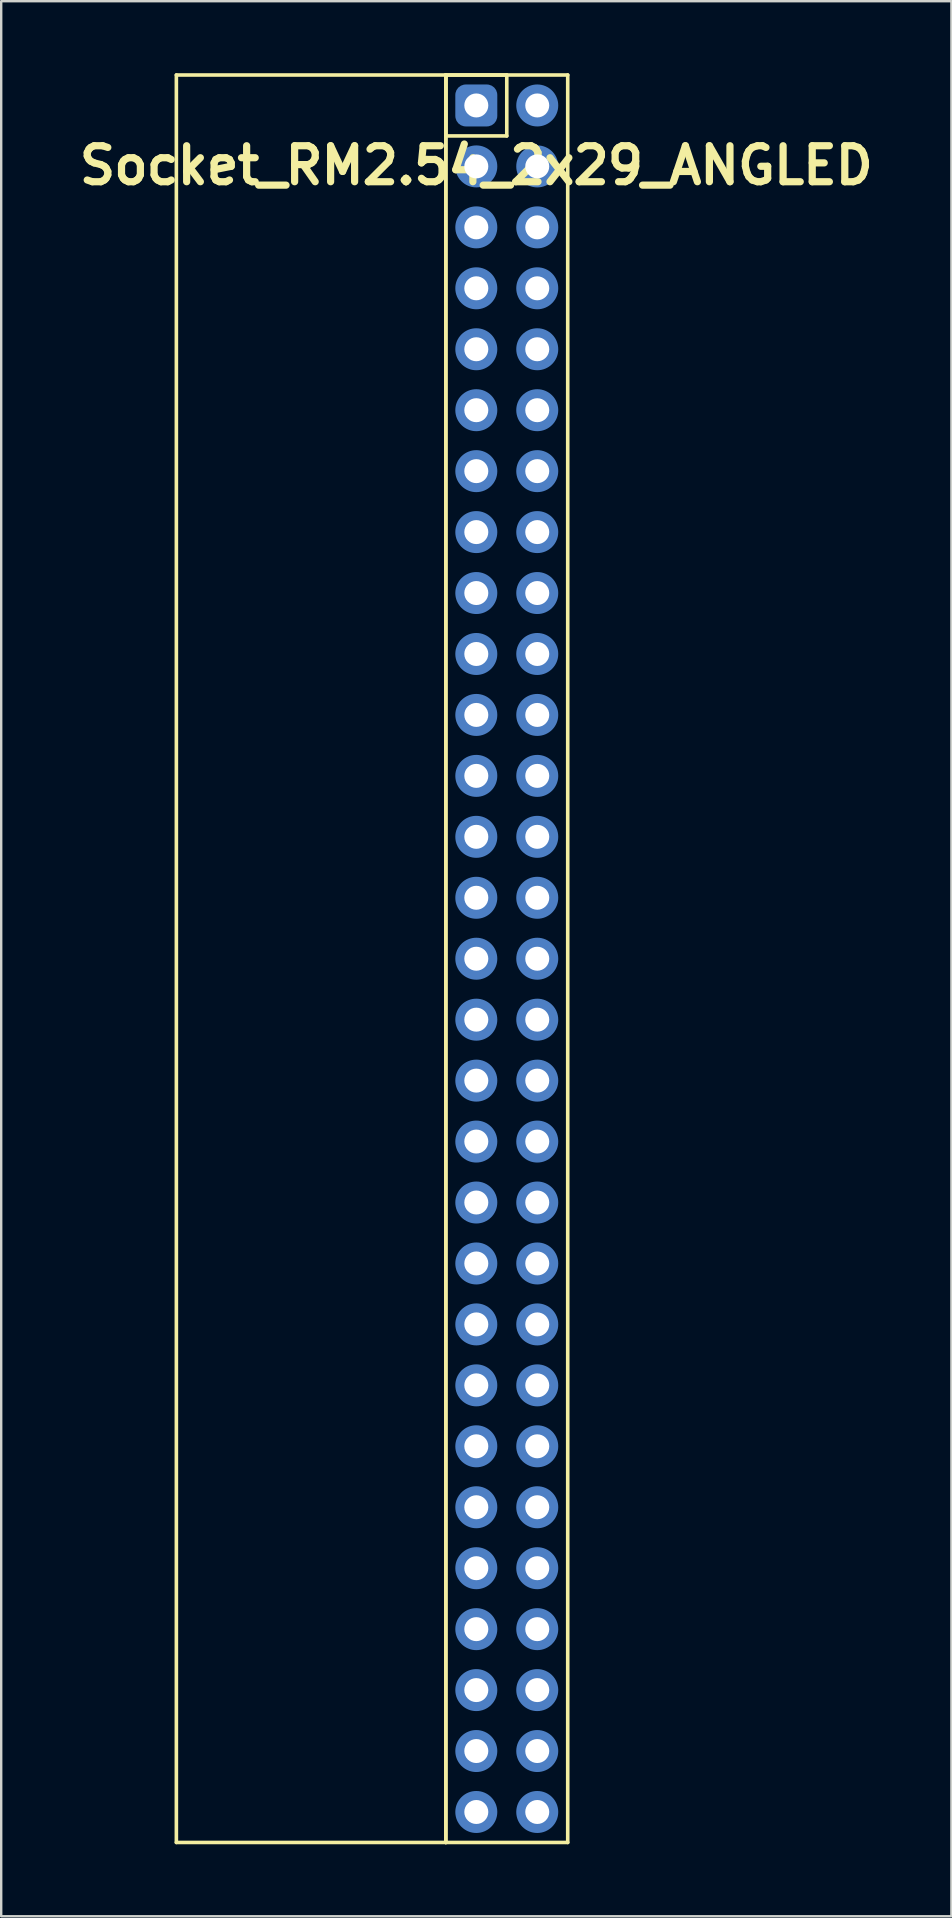
<source format=kicad_pcb>
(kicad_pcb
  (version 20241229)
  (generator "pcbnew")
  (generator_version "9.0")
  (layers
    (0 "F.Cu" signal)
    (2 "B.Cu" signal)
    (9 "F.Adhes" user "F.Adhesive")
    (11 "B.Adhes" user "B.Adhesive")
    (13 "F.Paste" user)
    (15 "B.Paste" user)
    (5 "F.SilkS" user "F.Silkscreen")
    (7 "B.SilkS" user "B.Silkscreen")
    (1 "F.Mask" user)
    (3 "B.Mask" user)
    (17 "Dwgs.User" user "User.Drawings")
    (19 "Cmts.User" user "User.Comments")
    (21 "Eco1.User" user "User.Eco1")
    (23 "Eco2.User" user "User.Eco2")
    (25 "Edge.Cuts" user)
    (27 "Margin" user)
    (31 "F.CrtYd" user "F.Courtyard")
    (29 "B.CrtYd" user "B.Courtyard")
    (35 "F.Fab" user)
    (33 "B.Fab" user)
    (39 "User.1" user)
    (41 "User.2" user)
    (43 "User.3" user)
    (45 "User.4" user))
  (footprint "Socket_RM2.54_2x29_ANGLED"
    (layer "F.Cu")
    (at 16.8 1.345)
    (property "Reference" "Socket_RM2.54_2x29_ANGLED" (at 0 2.5 0) (layer "F.SilkS") (effects (font (size 1.5 1.5) (thickness 0.3))))
    (attr through_hole)
    (fp_line (start -12.5 -1.27) (end -1.27 -1.27) (stroke (width 0.15) (type solid)) (layer "F.SilkS"))
    (fp_line (start -12.5 72.39) (end -12.5 -1.27) (stroke (width 0.15) (type solid)) (layer "F.SilkS"))
    (fp_line (start -1.27 -1.27) (end -1.27 72.39) (stroke (width 0.15) (type solid)) (layer "F.SilkS"))
    (fp_line (start -1.27 -1.27) (end 1.27 -1.27) (stroke (width 0.15) (type solid)) (layer "F.SilkS"))
    (fp_line (start -1.27 -1.27) (end 3.81 -1.27) (stroke (width 0.15) (type solid)) (layer "F.SilkS"))
    (fp_line (start -1.27 1.27) (end -1.27 -1.27) (stroke (width 0.15) (type solid)) (layer "F.SilkS"))
    (fp_line (start -1.27 72.39) (end -12.5 72.39) (stroke (width 0.15) (type solid)) (layer "F.SilkS"))
    (fp_line (start -1.27 72.39) (end -1.27 -1.27) (stroke (width 0.15) (type solid)) (layer "F.SilkS"))
    (fp_line (start 1.27 -1.27) (end 1.27 1.27) (stroke (width 0.15) (type solid)) (layer "F.SilkS"))
    (fp_line (start 1.27 1.27) (end -1.27 1.27) (stroke (width 0.15) (type solid)) (layer "F.SilkS"))
    (fp_line (start 3.81 -1.27) (end 3.81 72.39) (stroke (width 0.15) (type solid)) (layer "F.SilkS"))
    (fp_line (start 3.81 72.39) (end -1.27 72.39) (stroke (width 0.15) (type solid)) (layer "F.SilkS"))
    (pad "1" thru_hole circle (at 0 0) (size 1.3 1.3) (drill 1) (layers "*.Cu" "*.Mask"))
    (pad "1" smd roundrect (at 0 0) (size 1.5 1.5) (layers "F.Cu" "F.Mask") (roundrect_rratio 0.25))
    (pad "1" smd roundrect (at 0 0) (size 1.75 1.75) (layers "B.Cu" "B.Mask") (roundrect_rratio 0.25))
    (pad "2" thru_hole circle (at 2.54 0) (size 1.3 1.3) (drill 1) (layers "*.Cu" "*.Mask"))
    (pad "2" smd circle (at 2.54 0) (size 1.5 1.5) (layers "F.Cu" "F.Mask"))
    (pad "2" smd circle (at 2.54 0) (size 1.75 1.75) (layers "B.Cu" "B.Mask"))
    (pad "3" thru_hole circle (at 0 2.54) (size 1.3 1.3) (drill 1) (layers "*.Cu" "*.Mask"))
    (pad "3" smd circle (at 0 2.54) (size 1.5 1.5) (layers "F.Cu" "F.Mask"))
    (pad "3" smd circle (at 0 2.54) (size 1.75 1.75) (layers "B.Cu" "B.Mask"))
    (pad "4" thru_hole circle (at 2.54 2.54) (size 1.3 1.3) (drill 1) (layers "*.Cu" "*.Mask"))
    (pad "4" smd circle (at 2.54 2.54) (size 1.5 1.5) (layers "F.Cu" "F.Mask"))
    (pad "4" smd circle (at 2.54 2.54) (size 1.75 1.75) (layers "B.Cu" "B.Mask"))
    (pad "5" thru_hole circle (at 0 5.08) (size 1.3 1.3) (drill 1) (layers "*.Cu" "*.Mask"))
    (pad "5" smd circle (at 0 5.08) (size 1.5 1.5) (layers "F.Cu" "F.Mask"))
    (pad "5" smd circle (at 0 5.08) (size 1.75 1.75) (layers "B.Cu" "B.Mask"))
    (pad "6" thru_hole circle (at 2.54 5.08) (size 1.3 1.3) (drill 1) (layers "*.Cu" "*.Mask"))
    (pad "6" smd circle (at 2.54 5.08) (size 1.5 1.5) (layers "F.Cu" "F.Mask"))
    (pad "6" smd circle (at 2.54 5.08) (size 1.75 1.75) (layers "B.Cu" "B.Mask"))
    (pad "7" thru_hole circle (at 0 7.62) (size 1.3 1.3) (drill 1) (layers "*.Cu" "*.Mask"))
    (pad "7" smd circle (at 0 7.62) (size 1.5 1.5) (layers "F.Cu" "F.Mask"))
    (pad "7" smd circle (at 0 7.62) (size 1.75 1.75) (layers "B.Cu" "B.Mask"))
    (pad "8" thru_hole circle (at 2.54 7.62) (size 1.3 1.3) (drill 1) (layers "*.Cu" "*.Mask"))
    (pad "8" smd circle (at 2.54 7.62) (size 1.5 1.5) (layers "F.Cu" "F.Mask"))
    (pad "8" smd circle (at 2.54 7.62) (size 1.75 1.75) (layers "B.Cu" "B.Mask"))
    (pad "9" thru_hole circle (at 0 10.16) (size 1.3 1.3) (drill 1) (layers "*.Cu" "*.Mask"))
    (pad "9" smd circle (at 0 10.16) (size 1.5 1.5) (layers "F.Cu" "F.Mask"))
    (pad "9" smd circle (at 0 10.16) (size 1.75 1.75) (layers "B.Cu" "B.Mask"))
    (pad "10" thru_hole circle (at 2.54 10.16) (size 1.3 1.3) (drill 1) (layers "*.Cu" "*.Mask"))
    (pad "10" smd circle (at 2.54 10.16) (size 1.5 1.5) (layers "F.Cu" "F.Mask"))
    (pad "10" smd circle (at 2.54 10.16) (size 1.75 1.75) (layers "B.Cu" "B.Mask"))
    (pad "11" thru_hole circle (at 0 12.7) (size 1.3 1.3) (drill 1) (layers "*.Cu" "*.Mask"))
    (pad "11" smd circle (at 0 12.7) (size 1.5 1.5) (layers "F.Cu" "F.Mask"))
    (pad "11" smd circle (at 0 12.7) (size 1.75 1.75) (layers "B.Cu" "B.Mask"))
    (pad "12" thru_hole circle (at 2.54 12.7) (size 1.3 1.3) (drill 1) (layers "*.Cu" "*.Mask"))
    (pad "12" smd circle (at 2.54 12.7) (size 1.5 1.5) (layers "F.Cu" "F.Mask"))
    (pad "12" smd circle (at 2.54 12.7) (size 1.75 1.75) (layers "B.Cu" "B.Mask"))
    (pad "13" thru_hole circle (at 0 15.24) (size 1.3 1.3) (drill 1) (layers "*.Cu" "*.Mask"))
    (pad "13" smd circle (at 0 15.24) (size 1.5 1.5) (layers "F.Cu" "F.Mask"))
    (pad "13" smd circle (at 0 15.24) (size 1.75 1.75) (layers "B.Cu" "B.Mask"))
    (pad "14" thru_hole circle (at 2.54 15.24) (size 1.3 1.3) (drill 1) (layers "*.Cu" "*.Mask"))
    (pad "14" smd circle (at 2.54 15.24) (size 1.5 1.5) (layers "F.Cu" "F.Mask"))
    (pad "14" smd circle (at 2.54 15.24) (size 1.75 1.75) (layers "B.Cu" "B.Mask"))
    (pad "15" thru_hole circle (at 0 17.78) (size 1.3 1.3) (drill 1) (layers "*.Cu" "*.Mask"))
    (pad "15" smd circle (at 0 17.78) (size 1.5 1.5) (layers "F.Cu" "F.Mask"))
    (pad "15" smd circle (at 0 17.78) (size 1.75 1.75) (layers "B.Cu" "B.Mask"))
    (pad "16" thru_hole circle (at 2.54 17.78) (size 1.3 1.3) (drill 1) (layers "*.Cu" "*.Mask"))
    (pad "16" smd circle (at 2.54 17.78) (size 1.5 1.5) (layers "F.Cu" "F.Mask"))
    (pad "16" smd circle (at 2.54 17.78) (size 1.75 1.75) (layers "B.Cu" "B.Mask"))
    (pad "17" thru_hole circle (at 0 20.32) (size 1.3 1.3) (drill 1) (layers "*.Cu" "*.Mask"))
    (pad "17" smd circle (at 0 20.32) (size 1.5 1.5) (layers "F.Cu" "F.Mask"))
    (pad "17" smd circle (at 0 20.32) (size 1.75 1.75) (layers "B.Cu" "B.Mask"))
    (pad "18" thru_hole circle (at 2.54 20.32) (size 1.3 1.3) (drill 1) (layers "*.Cu" "*.Mask"))
    (pad "18" smd circle (at 2.54 20.32) (size 1.5 1.5) (layers "F.Cu" "F.Mask"))
    (pad "18" smd circle (at 2.54 20.32) (size 1.75 1.75) (layers "B.Cu" "B.Mask"))
    (pad "19" thru_hole circle (at 0 22.86) (size 1.3 1.3) (drill 1) (layers "*.Cu" "*.Mask"))
    (pad "19" smd circle (at 0 22.86) (size 1.5 1.5) (layers "F.Cu" "F.Mask"))
    (pad "19" smd circle (at 0 22.86) (size 1.75 1.75) (layers "B.Cu" "B.Mask"))
    (pad "20" thru_hole circle (at 2.54 22.86) (size 1.3 1.3) (drill 1) (layers "*.Cu" "*.Mask"))
    (pad "20" smd circle (at 2.54 22.86) (size 1.5 1.5) (layers "F.Cu" "F.Mask"))
    (pad "20" smd circle (at 2.54 22.86) (size 1.75 1.75) (layers "B.Cu" "B.Mask"))
    (pad "21" thru_hole circle (at 0 25.4) (size 1.3 1.3) (drill 1) (layers "*.Cu" "*.Mask"))
    (pad "21" smd circle (at 0 25.4) (size 1.5 1.5) (layers "F.Cu" "F.Mask"))
    (pad "21" smd circle (at 0 25.4) (size 1.75 1.75) (layers "B.Cu" "B.Mask"))
    (pad "22" thru_hole circle (at 2.54 25.4) (size 1.3 1.3) (drill 1) (layers "*.Cu" "*.Mask"))
    (pad "22" smd circle (at 2.54 25.4) (size 1.5 1.5) (layers "F.Cu" "F.Mask"))
    (pad "22" smd circle (at 2.54 25.4) (size 1.75 1.75) (layers "B.Cu" "B.Mask"))
    (pad "23" thru_hole circle (at 0 27.94) (size 1.3 1.3) (drill 1) (layers "*.Cu" "*.Mask"))
    (pad "23" smd circle (at 0 27.94) (size 1.5 1.5) (layers "F.Cu" "F.Mask"))
    (pad "23" smd circle (at 0 27.94) (size 1.75 1.75) (layers "B.Cu" "B.Mask"))
    (pad "24" thru_hole circle (at 2.54 27.94) (size 1.3 1.3) (drill 1) (layers "*.Cu" "*.Mask"))
    (pad "24" smd circle (at 2.54 27.94) (size 1.5 1.5) (layers "F.Cu" "F.Mask"))
    (pad "24" smd circle (at 2.54 27.94) (size 1.75 1.75) (layers "B.Cu" "B.Mask"))
    (pad "25" thru_hole circle (at 0 30.48) (size 1.3 1.3) (drill 1) (layers "*.Cu" "*.Mask"))
    (pad "25" smd circle (at 0 30.48) (size 1.5 1.5) (layers "F.Cu" "F.Mask"))
    (pad "25" smd circle (at 0 30.48) (size 1.75 1.75) (layers "B.Cu" "B.Mask"))
    (pad "26" thru_hole circle (at 2.54 30.48) (size 1.3 1.3) (drill 1) (layers "*.Cu" "*.Mask"))
    (pad "26" smd circle (at 2.54 30.48) (size 1.5 1.5) (layers "F.Cu" "F.Mask"))
    (pad "26" smd circle (at 2.54 30.48) (size 1.75 1.75) (layers "B.Cu" "B.Mask"))
    (pad "27" thru_hole circle (at 0 33.02) (size 1.3 1.3) (drill 1) (layers "*.Cu" "*.Mask"))
    (pad "27" smd circle (at 0 33.02) (size 1.5 1.5) (layers "F.Cu" "F.Mask"))
    (pad "27" smd circle (at 0 33.02) (size 1.75 1.75) (layers "B.Cu" "B.Mask"))
    (pad "28" thru_hole circle (at 2.54 33.02) (size 1.3 1.3) (drill 1) (layers "*.Cu" "*.Mask"))
    (pad "28" smd circle (at 2.54 33.02) (size 1.5 1.5) (layers "F.Cu" "F.Mask"))
    (pad "28" smd circle (at 2.54 33.02) (size 1.75 1.75) (layers "B.Cu" "B.Mask"))
    (pad "29" thru_hole circle (at 0 35.56) (size 1.3 1.3) (drill 1) (layers "*.Cu" "*.Mask"))
    (pad "29" smd circle (at 0 35.56) (size 1.5 1.5) (layers "F.Cu" "F.Mask"))
    (pad "29" smd circle (at 0 35.56) (size 1.75 1.75) (layers "B.Cu" "B.Mask"))
    (pad "30" thru_hole circle (at 2.54 35.56) (size 1.3 1.3) (drill 1) (layers "*.Cu" "*.Mask"))
    (pad "30" smd circle (at 2.54 35.56) (size 1.5 1.5) (layers "F.Cu" "F.Mask"))
    (pad "30" smd circle (at 2.54 35.56) (size 1.75 1.75) (layers "B.Cu" "B.Mask"))
    (pad "31" thru_hole circle (at 0 38.1) (size 1.3 1.3) (drill 1) (layers "*.Cu" "*.Mask"))
    (pad "31" smd circle (at 0 38.1) (size 1.5 1.5) (layers "F.Cu" "F.Mask"))
    (pad "31" smd circle (at 0 38.1) (size 1.75 1.75) (layers "B.Cu" "B.Mask"))
    (pad "32" thru_hole circle (at 2.54 38.1) (size 1.3 1.3) (drill 1) (layers "*.Cu" "*.Mask"))
    (pad "32" smd circle (at 2.54 38.1) (size 1.5 1.5) (layers "F.Cu" "F.Mask"))
    (pad "32" smd circle (at 2.54 38.1) (size 1.75 1.75) (layers "B.Cu" "B.Mask"))
    (pad "33" thru_hole circle (at 0 40.64) (size 1.3 1.3) (drill 1) (layers "*.Cu" "*.Mask"))
    (pad "33" smd circle (at 0 40.64) (size 1.5 1.5) (layers "F.Cu" "F.Mask"))
    (pad "33" smd circle (at 0 40.64) (size 1.75 1.75) (layers "B.Cu" "B.Mask"))
    (pad "34" thru_hole circle (at 2.54 40.64) (size 1.3 1.3) (drill 1) (layers "*.Cu" "*.Mask"))
    (pad "34" smd circle (at 2.54 40.64) (size 1.5 1.5) (layers "F.Cu" "F.Mask"))
    (pad "34" smd circle (at 2.54 40.64) (size 1.75 1.75) (layers "B.Cu" "B.Mask"))
    (pad "35" thru_hole circle (at 0 43.18) (size 1.3 1.3) (drill 1) (layers "*.Cu" "*.Mask"))
    (pad "35" smd circle (at 0 43.18) (size 1.5 1.5) (layers "F.Cu" "F.Mask"))
    (pad "35" smd circle (at 0 43.18) (size 1.75 1.75) (layers "B.Cu" "B.Mask"))
    (pad "36" thru_hole circle (at 2.54 43.18) (size 1.3 1.3) (drill 1) (layers "*.Cu" "*.Mask"))
    (pad "36" smd circle (at 2.54 43.18) (size 1.5 1.5) (layers "F.Cu" "F.Mask"))
    (pad "36" smd circle (at 2.54 43.18) (size 1.75 1.75) (layers "B.Cu" "B.Mask"))
    (pad "37" thru_hole circle (at 0 45.72) (size 1.3 1.3) (drill 1) (layers "*.Cu" "*.Mask"))
    (pad "37" smd circle (at 0 45.72) (size 1.5 1.5) (layers "F.Cu" "F.Mask"))
    (pad "37" smd circle (at 0 45.72) (size 1.75 1.75) (layers "B.Cu" "B.Mask"))
    (pad "38" thru_hole circle (at 2.54 45.72) (size 1.3 1.3) (drill 1) (layers "*.Cu" "*.Mask"))
    (pad "38" smd circle (at 2.54 45.72) (size 1.5 1.5) (layers "F.Cu" "F.Mask"))
    (pad "38" smd circle (at 2.54 45.72) (size 1.75 1.75) (layers "B.Cu" "B.Mask"))
    (pad "39" thru_hole circle (at 0 48.26) (size 1.3 1.3) (drill 1) (layers "*.Cu" "*.Mask"))
    (pad "39" smd circle (at 0 48.26) (size 1.5 1.5) (layers "F.Cu" "F.Mask"))
    (pad "39" smd circle (at 0 48.26) (size 1.75 1.75) (layers "B.Cu" "B.Mask"))
    (pad "40" thru_hole circle (at 2.54 48.26) (size 1.3 1.3) (drill 1) (layers "*.Cu" "*.Mask"))
    (pad "40" smd circle (at 2.54 48.26) (size 1.5 1.5) (layers "F.Cu" "F.Mask"))
    (pad "40" smd circle (at 2.54 48.26) (size 1.75 1.75) (layers "B.Cu" "B.Mask"))
    (pad "41" thru_hole circle (at 0 50.8) (size 1.3 1.3) (drill 1) (layers "*.Cu" "*.Mask"))
    (pad "41" smd circle (at 0 50.8) (size 1.5 1.5) (layers "F.Cu" "F.Mask"))
    (pad "41" smd circle (at 0 50.8) (size 1.75 1.75) (layers "B.Cu" "B.Mask"))
    (pad "42" thru_hole circle (at 2.54 50.8) (size 1.3 1.3) (drill 1) (layers "*.Cu" "*.Mask"))
    (pad "42" smd circle (at 2.54 50.8) (size 1.5 1.5) (layers "F.Cu" "F.Mask"))
    (pad "42" smd circle (at 2.54 50.8) (size 1.75 1.75) (layers "B.Cu" "B.Mask"))
    (pad "43" thru_hole circle (at 0 53.34) (size 1.3 1.3) (drill 1) (layers "*.Cu" "*.Mask"))
    (pad "43" smd circle (at 0 53.34) (size 1.5 1.5) (layers "F.Cu" "F.Mask"))
    (pad "43" smd circle (at 0 53.34) (size 1.75 1.75) (layers "B.Cu" "B.Mask"))
    (pad "44" thru_hole circle (at 2.54 53.34) (size 1.3 1.3) (drill 1) (layers "*.Cu" "*.Mask"))
    (pad "44" smd circle (at 2.54 53.34) (size 1.5 1.5) (layers "F.Cu" "F.Mask"))
    (pad "44" smd circle (at 2.54 53.34) (size 1.75 1.75) (layers "B.Cu" "B.Mask"))
    (pad "45" thru_hole circle (at 0 55.88) (size 1.3 1.3) (drill 1) (layers "*.Cu" "*.Mask"))
    (pad "45" smd circle (at 0 55.88) (size 1.5 1.5) (layers "F.Cu" "F.Mask"))
    (pad "45" smd circle (at 0 55.88) (size 1.75 1.75) (layers "B.Cu" "B.Mask"))
    (pad "46" thru_hole circle (at 2.54 55.88) (size 1.3 1.3) (drill 1) (layers "*.Cu" "*.Mask"))
    (pad "46" smd circle (at 2.54 55.88) (size 1.5 1.5) (layers "F.Cu" "F.Mask"))
    (pad "46" smd circle (at 2.54 55.88) (size 1.75 1.75) (layers "B.Cu" "B.Mask"))
    (pad "47" thru_hole circle (at 0 58.42) (size 1.3 1.3) (drill 1) (layers "*.Cu" "*.Mask"))
    (pad "47" smd circle (at 0 58.42) (size 1.5 1.5) (layers "F.Cu" "F.Mask"))
    (pad "47" smd circle (at 0 58.42) (size 1.75 1.75) (layers "B.Cu" "B.Mask"))
    (pad "48" thru_hole circle (at 2.54 58.42) (size 1.3 1.3) (drill 1) (layers "*.Cu" "*.Mask"))
    (pad "48" smd circle (at 2.54 58.42) (size 1.5 1.5) (layers "F.Cu" "F.Mask"))
    (pad "48" smd circle (at 2.54 58.42) (size 1.75 1.75) (layers "B.Cu" "B.Mask"))
    (pad "49" thru_hole circle (at 0 60.96) (size 1.3 1.3) (drill 1) (layers "*.Cu" "*.Mask"))
    (pad "49" smd circle (at 0 60.96) (size 1.5 1.5) (layers "F.Cu" "F.Mask"))
    (pad "49" smd circle (at 0 60.96) (size 1.75 1.75) (layers "B.Cu" "B.Mask"))
    (pad "50" thru_hole circle (at 2.54 60.96) (size 1.3 1.3) (drill 1) (layers "*.Cu" "*.Mask"))
    (pad "50" smd circle (at 2.54 60.96) (size 1.5 1.5) (layers "F.Cu" "F.Mask"))
    (pad "50" smd circle (at 2.54 60.96) (size 1.75 1.75) (layers "B.Cu" "B.Mask"))
    (pad "51" thru_hole circle (at 0 63.5) (size 1.3 1.3) (drill 1) (layers "*.Cu" "*.Mask"))
    (pad "51" smd circle (at 0 63.5) (size 1.5 1.5) (layers "F.Cu" "F.Mask"))
    (pad "51" smd circle (at 0 63.5) (size 1.75 1.75) (layers "B.Cu" "B.Mask"))
    (pad "52" thru_hole circle (at 2.54 63.5) (size 1.3 1.3) (drill 1) (layers "*.Cu" "*.Mask"))
    (pad "52" smd circle (at 2.54 63.5) (size 1.5 1.5) (layers "F.Cu" "F.Mask"))
    (pad "52" smd circle (at 2.54 63.5) (size 1.75 1.75) (layers "B.Cu" "B.Mask"))
    (pad "53" thru_hole circle (at 0 66.04) (size 1.3 1.3) (drill 1) (layers "*.Cu" "*.Mask"))
    (pad "53" smd circle (at 0 66.04) (size 1.5 1.5) (layers "F.Cu" "F.Mask"))
    (pad "53" smd circle (at 0 66.04) (size 1.75 1.75) (layers "B.Cu" "B.Mask"))
    (pad "54" thru_hole circle (at 2.54 66.04) (size 1.3 1.3) (drill 1) (layers "*.Cu" "*.Mask"))
    (pad "54" smd circle (at 2.54 66.04) (size 1.5 1.5) (layers "F.Cu" "F.Mask"))
    (pad "54" smd circle (at 2.54 66.04) (size 1.75 1.75) (layers "B.Cu" "B.Mask"))
    (pad "55" thru_hole circle (at 0 68.58) (size 1.3 1.3) (drill 1) (layers "*.Cu" "*.Mask"))
    (pad "55" smd circle (at 0 68.58) (size 1.5 1.5) (layers "F.Cu" "F.Mask"))
    (pad "55" smd circle (at 0 68.58) (size 1.75 1.75) (layers "B.Cu" "B.Mask"))
    (pad "56" thru_hole circle (at 2.54 68.58) (size 1.3 1.3) (drill 1) (layers "*.Cu" "*.Mask"))
    (pad "56" smd circle (at 2.54 68.58) (size 1.5 1.5) (layers "F.Cu" "F.Mask"))
    (pad "56" smd circle (at 2.54 68.58) (size 1.75 1.75) (layers "B.Cu" "B.Mask"))
    (pad "57" thru_hole circle (at 0 71.12) (size 1.3 1.3) (drill 1) (layers "*.Cu" "*.Mask"))
    (pad "57" smd circle (at 0 71.12) (size 1.5 1.5) (layers "F.Cu" "F.Mask"))
    (pad "57" smd circle (at 0 71.12) (size 1.75 1.75) (layers "B.Cu" "B.Mask"))
    (pad "58" thru_hole circle (at 2.54 71.12) (size 1.3 1.3) (drill 1) (layers "*.Cu" "*.Mask"))
    (pad "58" smd circle (at 2.54 71.12) (size 1.5 1.5) (layers "F.Cu" "F.Mask"))
    (pad "58" smd circle (at 2.54 71.12) (size 1.75 1.75) (layers "B.Cu" "B.Mask")))
  (gr_rect
    (start -3 -3)
    (end 36.6 76.81)
    (stroke (width 0.1) (type default))
    (fill no)
    (layer "Edge.Cuts")))
</source>
